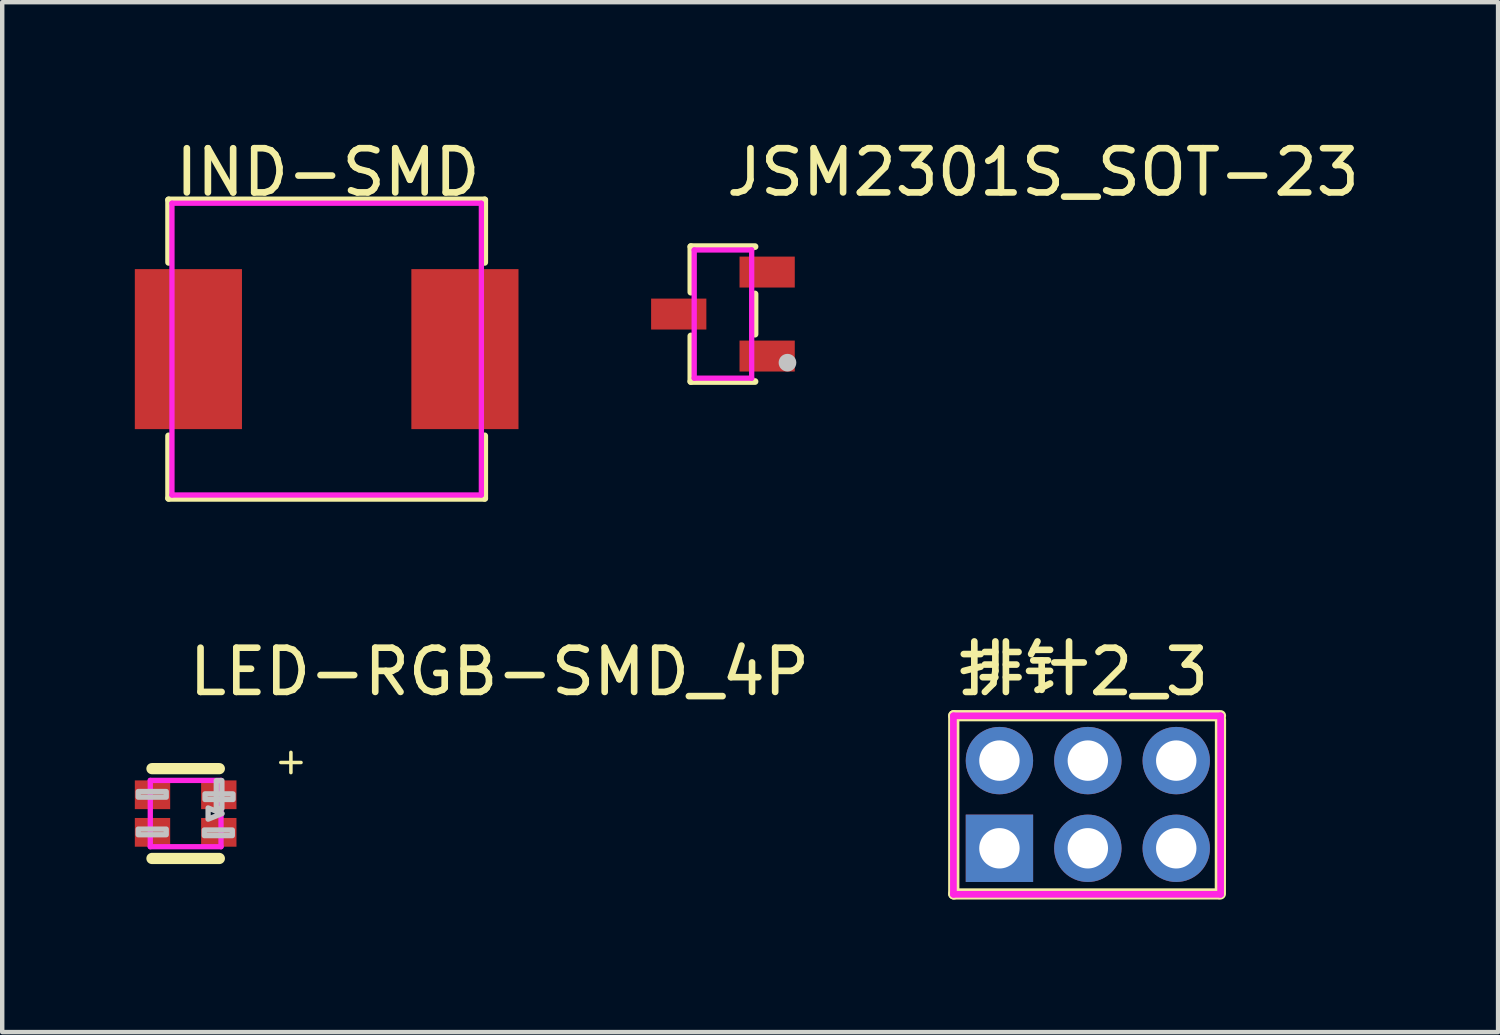
<source format=kicad_pcb>
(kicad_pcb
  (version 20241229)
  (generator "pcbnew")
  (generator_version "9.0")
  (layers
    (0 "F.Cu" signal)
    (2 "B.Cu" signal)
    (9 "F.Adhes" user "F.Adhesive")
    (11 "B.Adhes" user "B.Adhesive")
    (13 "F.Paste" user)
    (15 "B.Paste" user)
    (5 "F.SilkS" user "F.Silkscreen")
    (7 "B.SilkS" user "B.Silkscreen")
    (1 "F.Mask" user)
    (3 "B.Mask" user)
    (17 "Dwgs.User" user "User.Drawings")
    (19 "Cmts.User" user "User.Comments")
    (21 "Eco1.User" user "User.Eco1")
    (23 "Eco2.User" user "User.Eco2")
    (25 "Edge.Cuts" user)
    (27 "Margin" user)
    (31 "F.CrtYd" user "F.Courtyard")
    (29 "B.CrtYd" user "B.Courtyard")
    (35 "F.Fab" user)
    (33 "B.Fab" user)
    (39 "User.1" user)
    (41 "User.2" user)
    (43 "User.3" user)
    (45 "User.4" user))
  (footprint "LED-RGB-SMD_4P"
    (layer "F.Cu")
    (at 1.15 15.355)
    (property "Reference" "LED-RGB-SMD_4P" (at 0 -3.207 0) (layer "F.SilkS") (effects (font (size 1 1) (thickness 0.15)) (justify left)))
    (attr through_hole)
    (fp_line (start -0.762 -1.016) (end 0.762 -1.016) (stroke (width 0.254) (type solid)) (layer "F.SilkS"))
    (fp_line (start 0.762 1.016) (end -0.762 1.016) (stroke (width 0.254) (type solid)) (layer "F.SilkS"))
    (fp_poly (pts (xy 0.825 0) (xy 0.508 0.127) (xy 0.508 -0.127)) (stroke (width 0.12) (type solid)) (fill no) (layer "Dwgs.User"))
    (fp_poly (pts (xy -0.439 -0.371) (xy -1.074 -0.371) (xy -1.074 -0.498) (xy -0.439 -0.498)) (stroke (width 0.12) (type solid)) (fill no) (layer "Dwgs.User"))
    (fp_poly (pts (xy -0.439 0.479) (xy -1.074 0.479) (xy -1.074 0.352) (xy -0.439 0.352)) (stroke (width 0.12) (type solid)) (fill no) (layer "Dwgs.User"))
    (fp_poly (pts (xy 0.82 -0.746) (xy 0.82 -0.111) (xy 0.693 -0.111) (xy 0.693 -0.746)) (stroke (width 0.12) (type solid)) (fill no) (layer "Dwgs.User"))
    (fp_poly (pts (xy 1.056 0.499) (xy 0.421 0.499) (xy 0.421 0.372) (xy 1.056 0.372)) (stroke (width 0.12) (type solid)) (fill no) (layer "Dwgs.User"))
    (fp_poly (pts (xy 1.072 -0.318) (xy 0.437 -0.318) (xy 0.437 -0.445) (xy 1.072 -0.445)) (stroke (width 0.12) (type solid)) (fill no) (layer "Dwgs.User"))
    (fp_circle (center 0.8 0.75) (end 0.83 0.75) (stroke (width 0.06) (type solid)) (fill no) (layer "Eco2.User"))
    (fp_poly (pts (xy -0.4 -0.725) (xy -0.4 -0.125) (xy -0.8 -0.125) (xy -0.8 -0.725)) (stroke (width 0.12) (type solid)) (fill no) (layer "Eco2.User"))
    (fp_poly (pts (xy -0.4 0.125) (xy -0.4 0.725) (xy -0.8 0.725) (xy -0.8 0.125)) (stroke (width 0.12) (type solid)) (fill no) (layer "Eco2.User"))
    (fp_poly (pts (xy 0.8 -0.725) (xy 0.8 -0.125) (xy 0.4 -0.125) (xy 0.4 -0.725)) (stroke (width 0.12) (type solid)) (fill no) (layer "Eco2.User"))
    (fp_poly (pts (xy 0.8 0.125) (xy 0.8 0.725) (xy 0.4 0.725) (xy 0.4 0.125)) (stroke (width 0.12) (type solid)) (fill no) (layer "Eco2.User"))
    (fp_line (start -0.8 -0.75) (end 0.8 -0.75) (stroke (width 0.12) (type solid)) (layer "F.CrtYd"))
    (fp_line (start -0.8 0.75) (end -0.8 -0.75) (stroke (width 0.12) (type solid)) (layer "F.CrtYd"))
    (fp_line (start 0.8 -0.75) (end 0.8 0.75) (stroke (width 0.12) (type solid)) (layer "F.CrtYd"))
    (fp_line (start 0.8 0.75) (end -0.8 0.75) (stroke (width 0.12) (type solid)) (layer "F.CrtYd"))
    (fp_text user "+" (at 1.957 -1.2 180) (layer "F.SilkS") (effects (font (size 0.6 0.6) (thickness 0.08)) (justify left)))
    (pad "1" smd rect (at 0.75 0.425 180) (size 0.8 0.65) (layers "F.Cu" "F.Mask" "F.Paste"))
    (pad "2" smd rect (at 0.75 -0.425 180) (size 0.8 0.65) (layers "F.Cu" "F.Mask" "F.Paste"))
    (pad "3" smd rect (at -0.75 -0.425 180) (size 0.8 0.65) (layers "F.Cu" "F.Mask" "F.Paste"))
    (pad "4" smd rect (at -0.75 0.425 180) (size 0.8 0.65) (layers "F.Cu" "F.Mask" "F.Paste")))
  (footprint "排针2_3"
    (layer "F.Cu")
    (at 21.56 15.149)
    (property "Reference" "排针2_3" (at -3 -3 0) (layer "F.SilkS") (effects (font (size 1 1) (thickness 0.15)) (justify left)))
    (attr through_hole)
    (fp_line (start -3.033 -2.008) (end 3.001 -2.008) (stroke (width 0.254) (type solid)) (layer "F.SilkS"))
    (fp_line (start -3.033 2.024) (end -3.033 -2.008) (stroke (width 0.254) (type solid)) (layer "F.SilkS"))
    (fp_line (start 2.952 2.024) (end -3.033 2.024) (stroke (width 0.254) (type solid)) (layer "F.SilkS"))
    (fp_line (start 2.998 2.024) (end 3.001 -1.913) (stroke (width 0.254) (type solid)) (layer "F.SilkS"))
    (fp_line (start -3.041 -2.005) (end 3.004 -2.005) (stroke (width 0.152) (type solid)) (layer "F.CrtYd"))
    (fp_line (start -3.041 2.033) (end -3.041 -2.005) (stroke (width 0.152) (type solid)) (layer "F.CrtYd"))
    (fp_line (start 3.004 -2.005) (end 3.004 2.033) (stroke (width 0.152) (type solid)) (layer "F.CrtYd"))
    (fp_line (start 3.004 2.033) (end -3.041 2.033) (stroke (width 0.152) (type solid)) (layer "F.CrtYd"))
    (pad "1" thru_hole rect (at -2 0.992) (size 1.524 1.524) (drill 0.914) (layers "*.Cu" "*.Mask"))
    (pad "2" thru_hole circle (at 0 0.992) (size 1.524 1.524) (drill 0.914) (layers "*.Cu" "*.Mask"))
    (pad "3" thru_hole circle (at 2 0.992) (size 1.524 1.524) (drill 0.914) (layers "*.Cu" "*.Mask"))
    (pad "4" thru_hole circle (at 2 -0.992) (size 1.524 1.524) (drill 0.914) (layers "*.Cu" "*.Mask"))
    (pad "5" thru_hole circle (at 0 -0.992) (size 1.524 1.524) (drill 0.914) (layers "*.Cu" "*.Mask"))
    (pad "6" thru_hole circle (at -2 -0.992) (size 1.524 1.524) (drill 0.914) (layers "*.Cu" "*.Mask")))
  (footprint "IND-SMD"
    (layer "F.Cu")
    (at 4.34 4.848)
    (property "Reference" "IND-SMD" (at -3.5 -4 0) (layer "F.SilkS") (effects (font (size 1 1) (thickness 0.15)) (justify left)))
    (attr through_hole)
    (fp_line (start -3.576 -3.376) (end 3.576 -3.376) (stroke (width 0.152) (type solid)) (layer "F.SilkS"))
    (fp_line (start -3.576 -1.962) (end -3.576 -3.376) (stroke (width 0.152) (type solid)) (layer "F.SilkS"))
    (fp_line (start -3.576 1.962) (end -3.576 3.376) (stroke (width 0.152) (type solid)) (layer "F.SilkS"))
    (fp_line (start -3.576 3.376) (end 3.576 3.376) (stroke (width 0.152) (type solid)) (layer "F.SilkS"))
    (fp_line (start 3.576 -3.376) (end 3.576 -1.962) (stroke (width 0.152) (type solid)) (layer "F.SilkS"))
    (fp_line (start 3.576 3.376) (end 3.576 1.962) (stroke (width 0.152) (type solid)) (layer "F.SilkS"))
    (fp_circle (center 3.5 -3.3) (end 3.53 -3.3) (stroke (width 0.06) (type solid)) (fill no) (layer "Eco2.User"))
    (fp_poly (pts (xy -3.5 1.6) (xy -3.5 -1.6) (xy -2 -1.6) (xy -2 1.6)) (stroke (width 0.12) (type solid)) (fill no) (layer "Eco2.User"))
    (fp_poly (pts (xy 3.5 1.6) (xy 3.5 -1.6) (xy 2 -1.6) (xy 2 1.6)) (stroke (width 0.12) (type solid)) (fill no) (layer "Eco2.User"))
    (fp_line (start -3.5 -3.3) (end 3.5 -3.3) (stroke (width 0.12) (type solid)) (layer "F.CrtYd"))
    (fp_line (start -3.5 3.3) (end -3.5 -3.3) (stroke (width 0.12) (type solid)) (layer "F.CrtYd"))
    (fp_line (start 3.5 -3.3) (end 3.5 3.3) (stroke (width 0.12) (type solid)) (layer "F.CrtYd"))
    (fp_line (start 3.5 3.3) (end -3.5 3.3) (stroke (width 0.12) (type solid)) (layer "F.CrtYd"))
    (pad "1" smd rect (at 3.128 0) (size 2.424 3.62) (layers "F.Cu" "F.Mask" "F.Paste"))
    (pad "2" smd rect (at -3.128 0) (size 2.424 3.62) (layers "F.Cu" "F.Mask" "F.Paste")))
  (footprint "JSM2301S_SOT-23"
    (layer "F.Cu")
    (at 13.305 4.055)
    (property "Reference" "JSM2301S_SOT-23" (at 0 -3.207 0) (layer "F.SilkS") (effects (font (size 1 1) (thickness 0.15)) (justify left)))
    (attr through_hole)
    (fp_line (start -0.726 -1.526) (end -0.726 -0.495) (stroke (width 0.152) (type solid)) (layer "F.SilkS"))
    (fp_line (start -0.726 1.526) (end -0.726 0.495) (stroke (width 0.152) (type solid)) (layer "F.SilkS"))
    (fp_line (start 0.726 -1.526) (end -0.726 -1.526) (stroke (width 0.152) (type solid)) (layer "F.SilkS"))
    (fp_line (start 0.726 -0.455) (end 0.726 0.455) (stroke (width 0.152) (type solid)) (layer "F.SilkS"))
    (fp_line (start 0.726 1.526) (end -0.726 1.526) (stroke (width 0.152) (type solid)) (layer "F.SilkS"))
    (fp_circle (center 1.46 1.1) (end 1.56 1.1) (stroke (width 0.2) (type solid)) (fill no) (layer "Dwgs.User"))
    (fp_line (start -0.91 -0.215) (end -0.64 -0.215) (stroke (width 0.12) (type solid)) (layer "Eco2.User"))
    (fp_line (start -0.91 0.215) (end -0.91 -0.215) (stroke (width 0.12) (type solid)) (layer "Eco2.User"))
    (fp_line (start -0.64 -0.215) (end -0.64 0.215) (stroke (width 0.12) (type solid)) (layer "Eco2.User"))
    (fp_line (start -0.64 0.215) (end -0.91 0.215) (stroke (width 0.12) (type solid)) (layer "Eco2.User"))
    (fp_line (start 0.64 -1.165) (end 0.91 -1.165) (stroke (width 0.12) (type solid)) (layer "Eco2.User"))
    (fp_line (start 0.64 -0.735) (end 0.64 -1.165) (stroke (width 0.12) (type solid)) (layer "Eco2.User"))
    (fp_line (start 0.64 0.735) (end 0.91 0.735) (stroke (width 0.12) (type solid)) (layer "Eco2.User"))
    (fp_line (start 0.64 1.165) (end 0.64 0.735) (stroke (width 0.12) (type solid)) (layer "Eco2.User"))
    (fp_line (start 0.91 -1.165) (end 0.91 -0.735) (stroke (width 0.12) (type solid)) (layer "Eco2.User"))
    (fp_line (start 0.91 -0.735) (end 0.64 -0.735) (stroke (width 0.12) (type solid)) (layer "Eco2.User"))
    (fp_line (start 0.91 0.735) (end 0.91 1.165) (stroke (width 0.12) (type solid)) (layer "Eco2.User"))
    (fp_line (start 0.91 1.165) (end 0.64 1.165) (stroke (width 0.12) (type solid)) (layer "Eco2.User"))
    (fp_circle (center 1.2 1.45) (end 1.23 1.45) (stroke (width 0.06) (type solid)) (fill no) (layer "Eco2.User"))
    (fp_poly (pts (xy -1.2 0.215) (xy -1.2 -0.215) (xy -0.9 -0.215) (xy -0.9 0.215)) (stroke (width 0.12) (type solid)) (fill no) (layer "Eco2.User"))
    (fp_poly (pts (xy 0.9 -0.735) (xy 0.9 -1.165) (xy 1.2 -1.165) (xy 1.2 -0.735)) (stroke (width 0.12) (type solid)) (fill no) (layer "Eco2.User"))
    (fp_poly (pts (xy 0.9 1.165) (xy 0.9 0.735) (xy 1.2 0.735) (xy 1.2 1.165)) (stroke (width 0.12) (type solid)) (fill no) (layer "Eco2.User"))
    (fp_line (start -0.65 -1.45) (end 0.65 -1.45) (stroke (width 0.12) (type solid)) (layer "F.CrtYd"))
    (fp_line (start -0.65 1.45) (end -0.65 -1.45) (stroke (width 0.12) (type solid)) (layer "F.CrtYd"))
    (fp_line (start 0.65 -1.45) (end 0.65 1.45) (stroke (width 0.12) (type solid)) (layer "F.CrtYd"))
    (fp_line (start 0.65 1.45) (end -0.65 1.45) (stroke (width 0.12) (type solid)) (layer "F.CrtYd"))
    (pad "1" smd rect (at 1 0.95) (size 1.25 0.7) (layers "F.Cu" "F.Mask" "F.Paste"))
    (pad "2" smd rect (at 1 -0.95) (size 1.25 0.7) (layers "F.Cu" "F.Mask" "F.Paste"))
    (pad "3" smd rect (at -1 0) (size 1.25 0.7) (layers "F.Cu" "F.Mask" "F.Paste")))
  (gr_rect
    (start -3 -3)
    (end 30.841 20.299)
    (stroke (width 0.1) (type default))
    (fill no)
    (layer "Edge.Cuts")))
</source>
